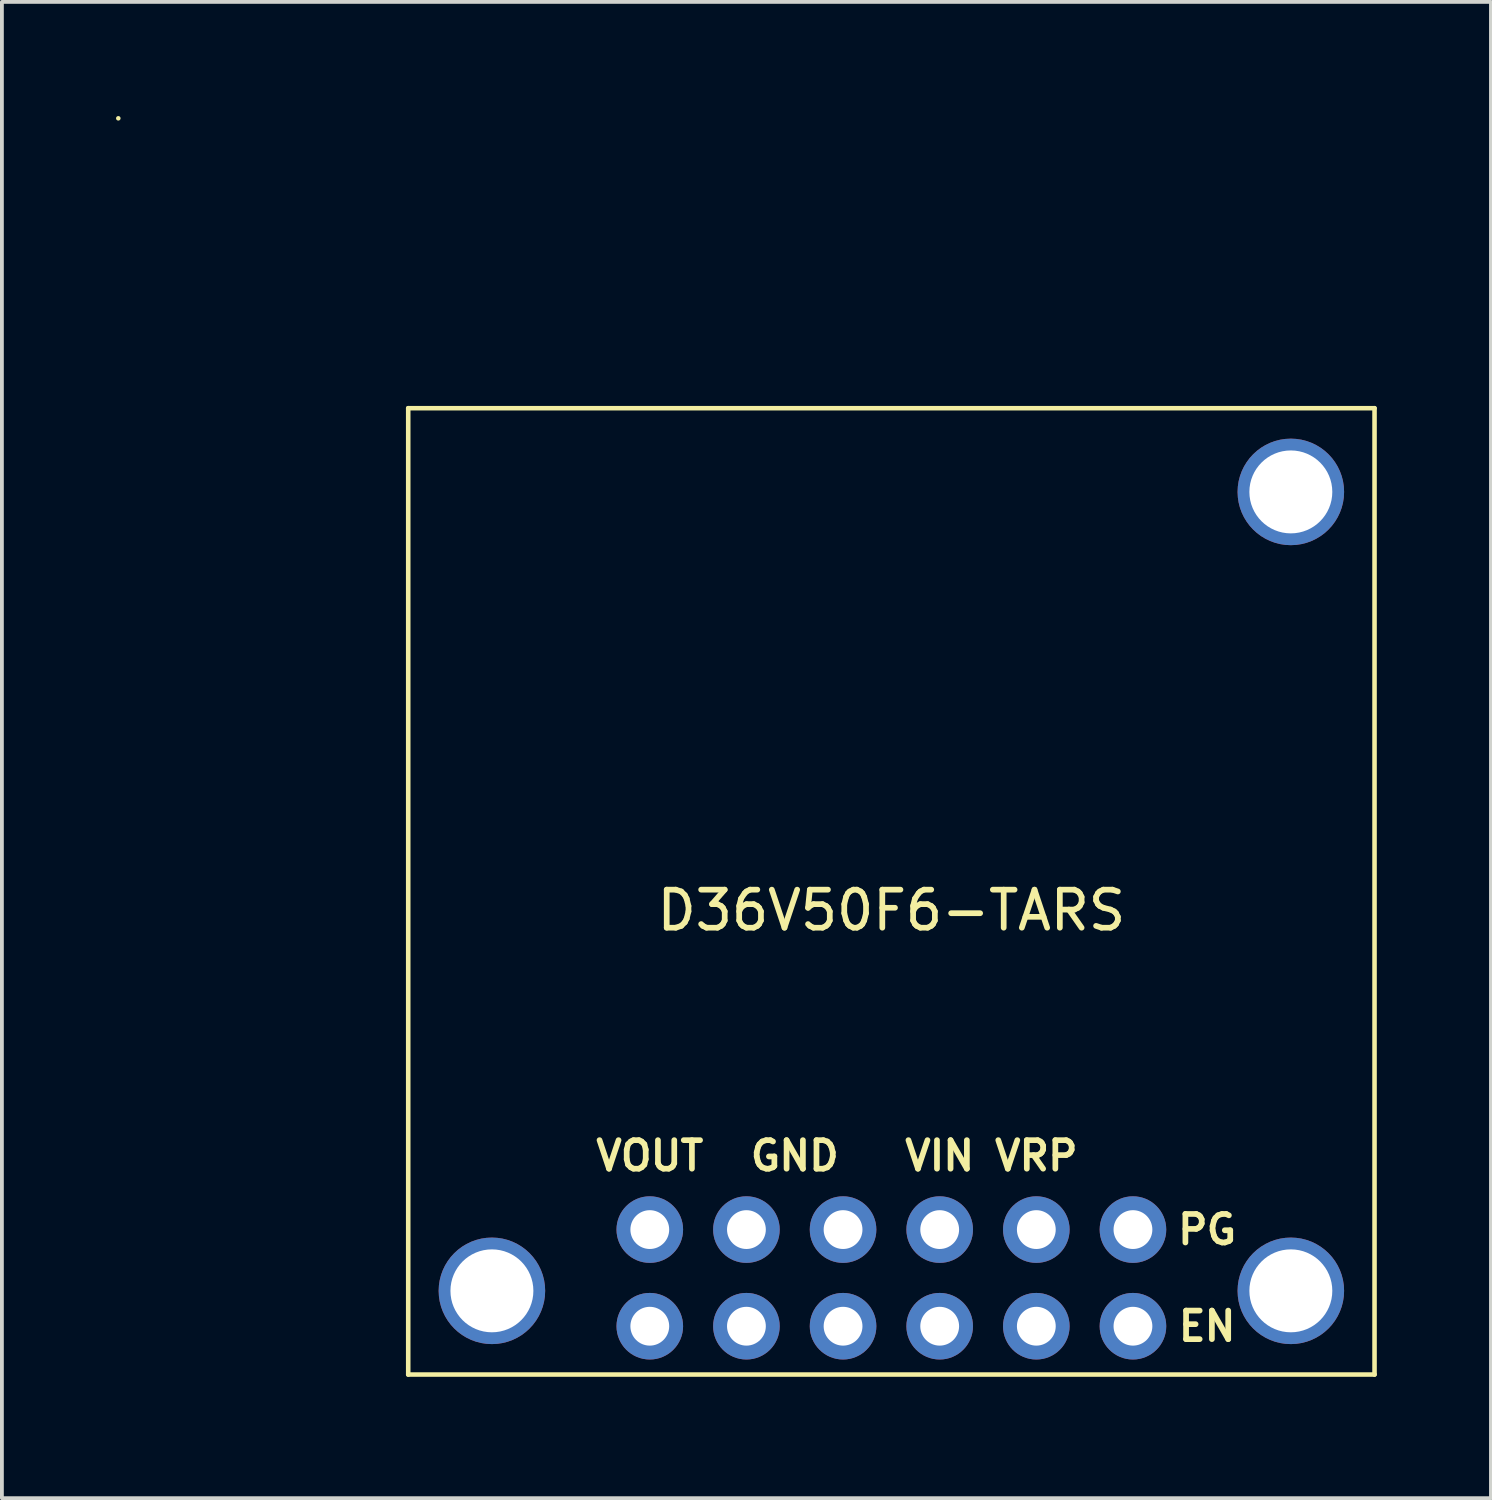
<source format=kicad_pcb>
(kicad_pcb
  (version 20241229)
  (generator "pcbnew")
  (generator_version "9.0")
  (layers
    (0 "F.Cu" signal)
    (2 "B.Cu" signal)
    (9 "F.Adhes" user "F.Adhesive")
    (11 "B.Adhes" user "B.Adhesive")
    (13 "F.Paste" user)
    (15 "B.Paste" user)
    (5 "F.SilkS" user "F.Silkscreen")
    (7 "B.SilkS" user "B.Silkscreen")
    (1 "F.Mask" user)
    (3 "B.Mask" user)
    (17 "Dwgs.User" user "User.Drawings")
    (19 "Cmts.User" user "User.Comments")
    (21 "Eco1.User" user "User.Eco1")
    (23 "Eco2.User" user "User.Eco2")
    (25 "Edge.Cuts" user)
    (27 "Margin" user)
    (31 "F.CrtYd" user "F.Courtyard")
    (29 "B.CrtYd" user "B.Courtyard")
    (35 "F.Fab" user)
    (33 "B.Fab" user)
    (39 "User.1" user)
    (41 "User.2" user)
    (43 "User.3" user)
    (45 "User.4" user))
  (footprint "D36V50F6-TARS"
    (layer "F.Cu")
    (at 7.68 33.08)
    (property "Reference" "D36V50F6-TARS" (at 12.7 -12.2 0) (layer "F.SilkS") (effects (font (size 1 1) (thickness 0.15))))
    (attr through_hole)
    (fp_line (start -7.62 -33.02) (end -7.62 -33.02) (stroke (width 0.12) (type solid)) (layer "F.SilkS"))
    (fp_line (start 0 -25.4) (end 25.4 -25.4) (stroke (width 0.12) (type solid)) (layer "F.SilkS"))
    (fp_line (start 0 0) (end 0 -25.4) (stroke (width 0.12) (type solid)) (layer "F.SilkS"))
    (fp_line (start 25.4 -25.4) (end 25.4 0) (stroke (width 0.12) (type solid)) (layer "F.SilkS"))
    (fp_line (start 25.4 0) (end 0 0) (stroke (width 0.12) (type solid)) (layer "F.SilkS"))
    (fp_text user "VOUT" (at 6.35 -5.75 0) (layer "F.SilkS") (effects (font (size 0.75 0.75) (thickness 0.15))))
    (fp_text user "GND" (at 10.16 -5.75 0) (layer "F.SilkS") (effects (font (size 0.75 0.75) (thickness 0.15))))
    (fp_text user "VRP" (at 16.51 -5.75 0) (layer "F.SilkS") (effects (font (size 0.75 0.75) (thickness 0.15))))
    (fp_text user "VIN" (at 13.97 -5.75 0) (layer "F.SilkS") (effects (font (size 0.75 0.75) (thickness 0.15))))
    (fp_text user "EN" (at 21 -1.27 0) (layer "F.SilkS") (effects (font (size 0.75 0.75) (thickness 0.15))))
    (fp_text user "PG" (at 21 -3.81 0) (layer "F.SilkS") (effects (font (size 0.75 0.75) (thickness 0.15))))
    (pad "" np_thru_hole circle (at 2.2 -2.2) (size 2.8 2.8) (drill 2.18) (layers "*.Cu" "*.Mask"))
    (pad "" np_thru_hole circle (at 23.2 -23.2) (size 2.8 2.8) (drill 2.18) (layers "*.Cu" "*.Mask"))
    (pad "" np_thru_hole circle (at 23.2 -2.2) (size 2.8 2.8) (drill 2.18) (layers "*.Cu" "*.Mask"))
    (pad "1" thru_hole circle (at 19.05 -3.81) (size 1.75 1.75) (drill 1.02) (layers "*.Cu" "*.Mask"))
    (pad "2" thru_hole circle (at 16.51 -3.81) (size 1.75 1.75) (drill 1.02) (layers "*.Cu" "*.Mask"))
    (pad "3" thru_hole circle (at 13.97 -3.81) (size 1.75 1.75) (drill 1.02) (layers "*.Cu" "*.Mask"))
    (pad "4" thru_hole circle (at 11.43 -3.81) (size 1.75 1.75) (drill 1.02) (layers "*.Cu" "*.Mask"))
    (pad "5" thru_hole circle (at 8.89 -3.81) (size 1.75 1.75) (drill 1.02) (layers "*.Cu" "*.Mask"))
    (pad "6" thru_hole circle (at 6.35 -3.81) (size 1.75 1.75) (drill 1.02) (layers "*.Cu" "*.Mask"))
    (pad "7" thru_hole circle (at 19.05 -1.27) (size 1.75 1.75) (drill 1.02) (layers "*.Cu" "*.Mask"))
    (pad "8" thru_hole circle (at 16.51 -1.27) (size 1.75 1.75) (drill 1.02) (layers "*.Cu" "*.Mask"))
    (pad "9" thru_hole circle (at 13.97 -1.27) (size 1.75 1.75) (drill 1.02) (layers "*.Cu" "*.Mask"))
    (pad "10" thru_hole circle (at 11.43 -1.27) (size 1.75 1.75) (drill 1.02) (layers "*.Cu" "*.Mask"))
    (pad "11" thru_hole circle (at 8.89 -1.27) (size 1.75 1.75) (drill 1.02) (layers "*.Cu" "*.Mask"))
    (pad "12" thru_hole circle (at 6.35 -1.27) (size 1.75 1.75) (drill 1.02) (layers "*.Cu" "*.Mask")))
  (gr_rect
    (start -3 -3)
    (end 36.14 36.33)
    (stroke (width 0.1) (type default))
    (fill no)
    (layer "Edge.Cuts")))
</source>
